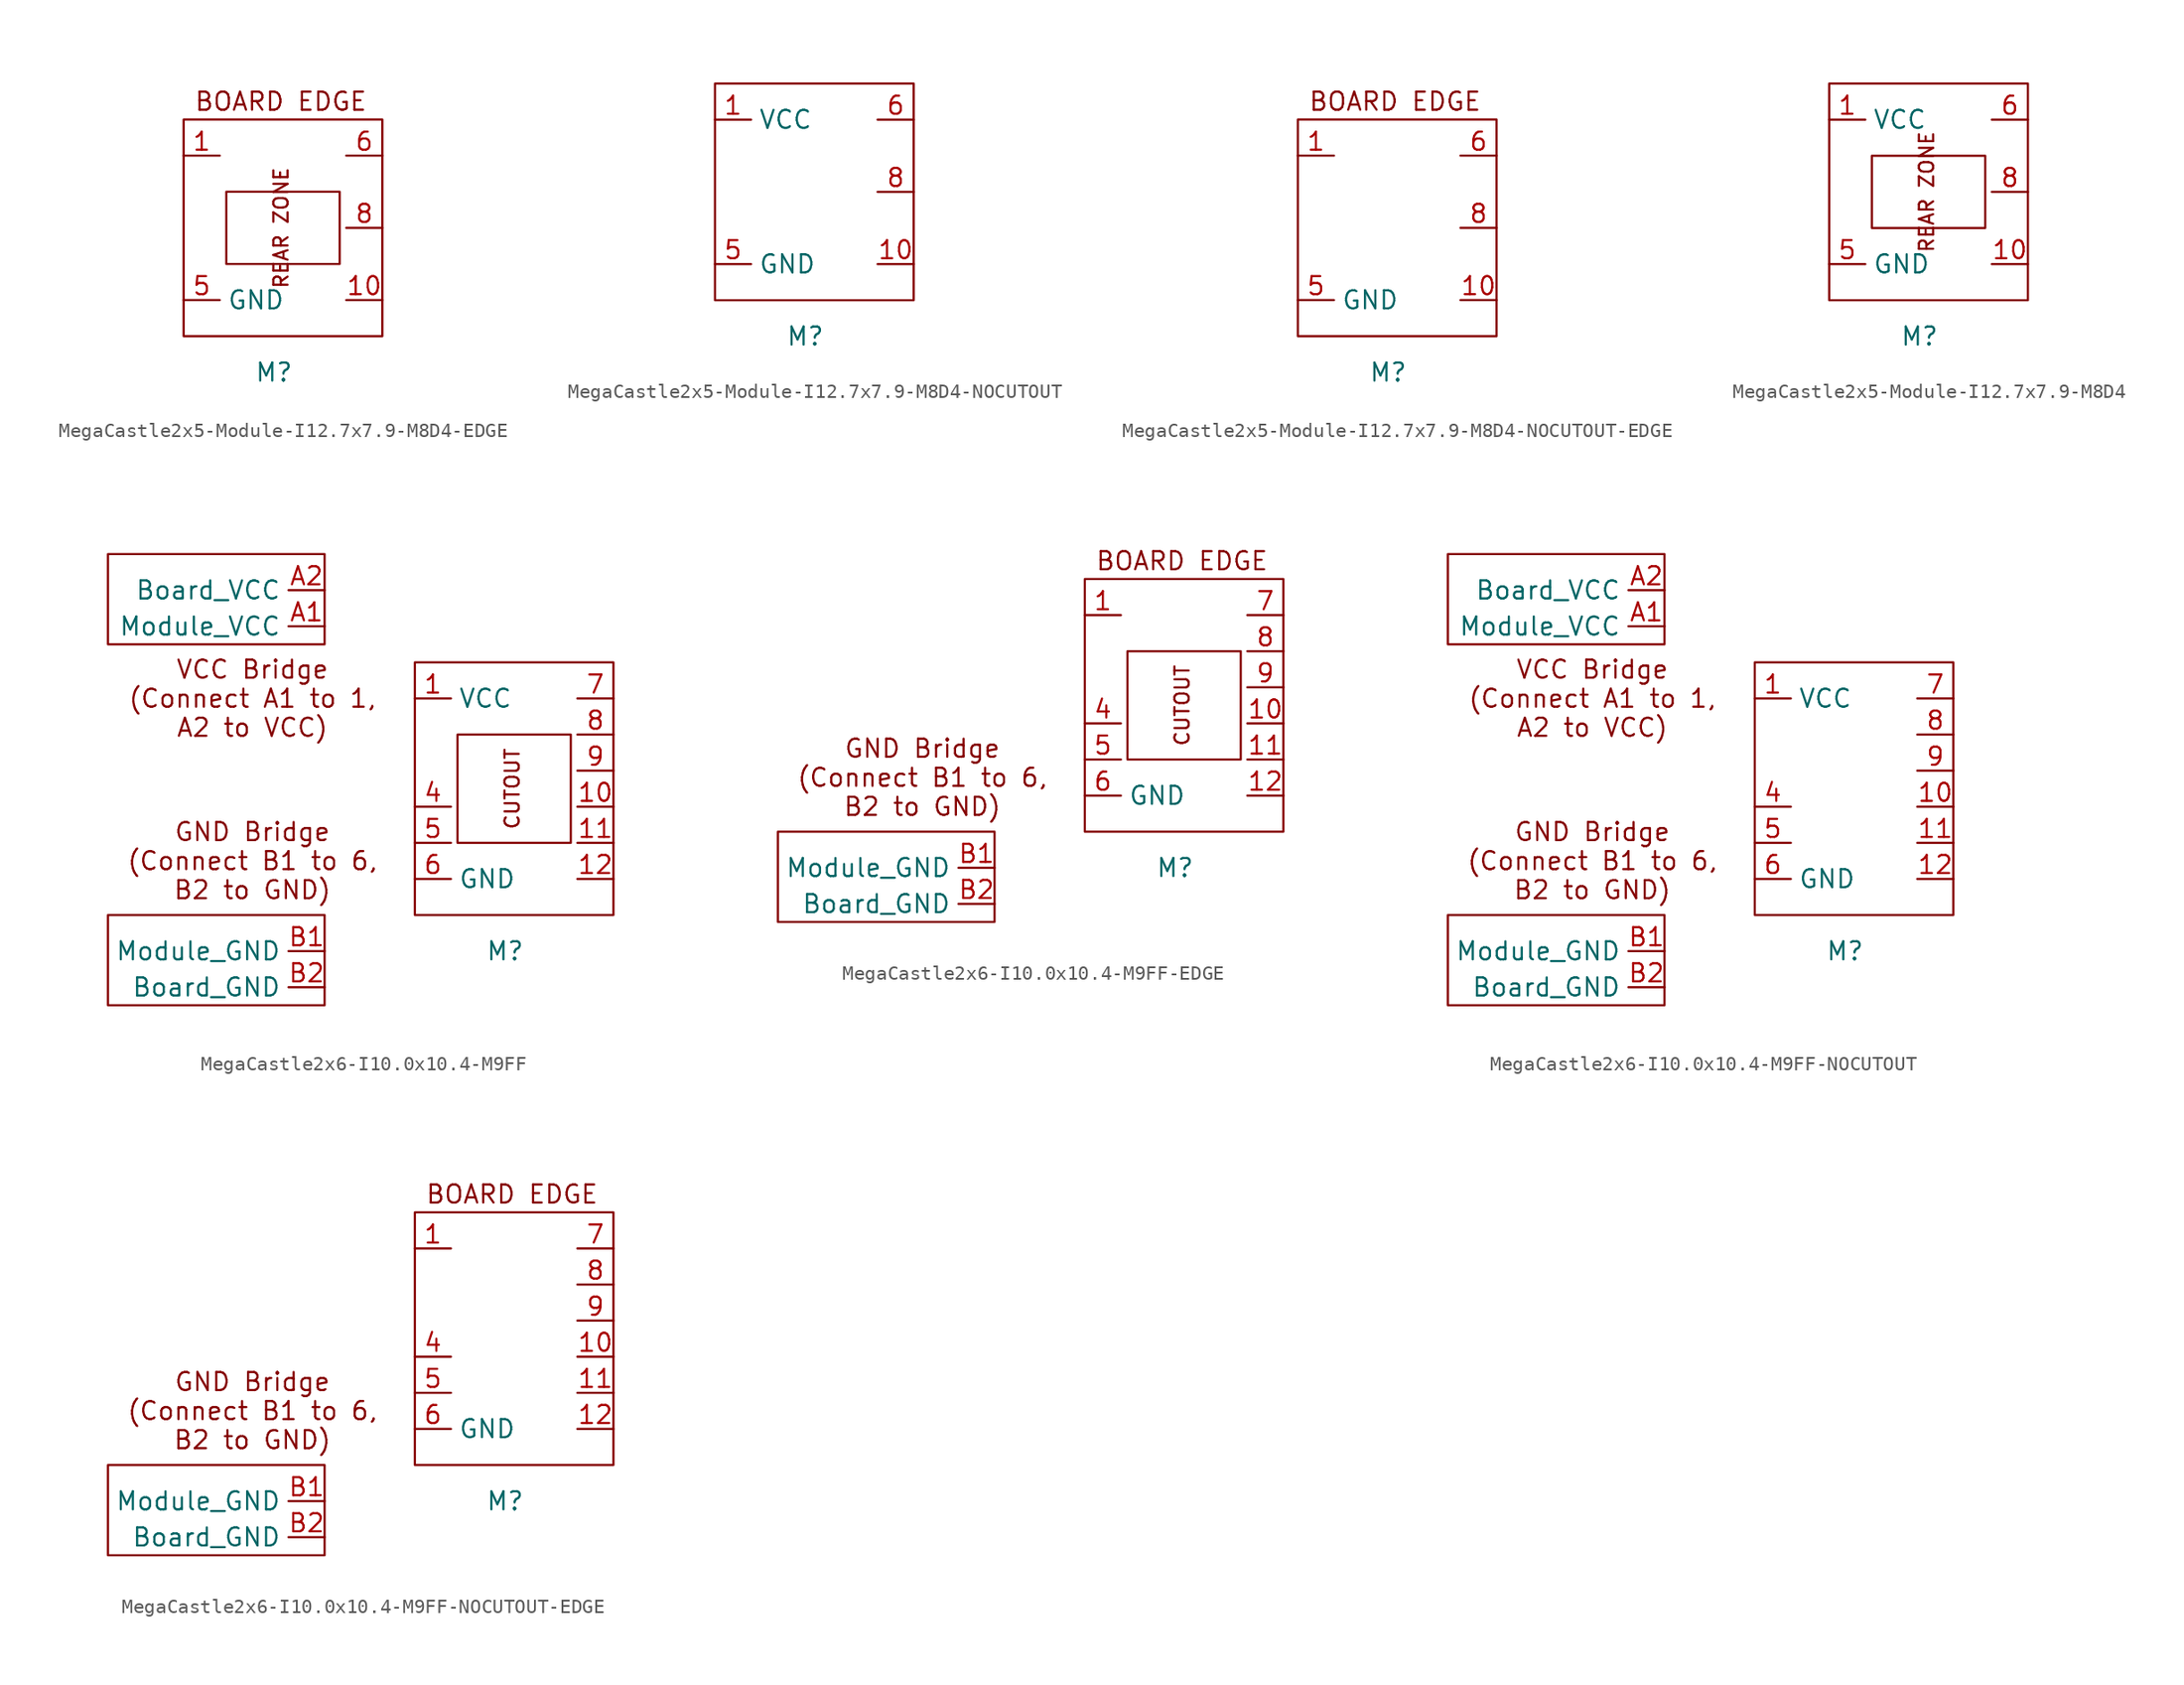
<source format=kicad_sym>
(kicad_symbol_lib
  (version 20231120)
  (generator "kicad_symbol_editor")
  (generator_version "8.0")
  (symbol "MegaCastle2x5-Module-I12.7x7.9-M8D4-EDGE"
    (property "Reference" "M"
      (at 0 -10.16 0)
      (effects (font (size 1.27 1.27))))
    (property "Value" ""
      (at 0 5.08 0)
      (effects (font (size 1.27 1.27))))
    (symbol "MegaCastle2x5-Module-I12.7x7.9-M8D4-EDGE_0_1"
      (rectangle (start -6.35 7.62) (end 7.62 -7.62) (stroke (width 0) (type default)) (fill (type none)))
      (rectangle (start -3.35 2.54) (end 4.62 -2.54) (stroke (width 0) (type default)) (fill (type none))))
    (symbol "MegaCastle2x5-Module-I12.7x7.9-M8D4-EDGE_1_1"
      (text " BOARD EDGE" (at 0 8.89 0) (effects (font (size 1.27 1.27))))
      (text "REAR ZONE" (at 0.5 0 900) (effects (font (size 1 1))))
      (pin bidirectional line (at -6.35 5.08 0) (length 2.54) (name "" (effects (font (size 1.27 1.27)))) (number "1" (effects (font (size 1.27 1.27)))))
      (pin bidirectional line (at 7.62 -5.08 180) (length 2.54) (name "" (effects (font (size 1.27 1.27)))) (number "10" (effects (font (size 1.27 1.27)))))
      (pin bidirectional line (at -6.35 -5.08 0) (length 2.54) (name "GND" (effects (font (size 1.27 1.27)))) (number "5" (effects (font (size 1.27 1.27)))))
      (pin bidirectional line (at 7.62 5.08 180) (length 2.54) (name "" (effects (font (size 1.27 1.27)))) (number "6" (effects (font (size 1.27 1.27)))))
      (pin bidirectional line (at 7.62 0 180) (length 2.54) (name "" (effects (font (size 1.27 1.27)))) (number "8" (effects (font (size 1.27 1.27)))))))
  (symbol "MegaCastle2x5-Module-I12.7x7.9-M8D4-NOCUTOUT"
    (property "Reference" "M"
      (at 0 -10.16 0)
      (effects (font (size 1.27 1.27))))
    (property "Value" ""
      (at 0 5.08 0)
      (effects (font (size 1.27 1.27))))
    (symbol "MegaCastle2x5-Module-I12.7x7.9-M8D4-NOCUTOUT_0_1"
      (rectangle (start -6.35 7.62) (end 7.62 -7.62) (stroke (width 0) (type default)) (fill (type none))))
    (symbol "MegaCastle2x5-Module-I12.7x7.9-M8D4-NOCUTOUT_1_1"
      (pin bidirectional line (at -6.35 5.08 0) (length 2.54) (name "VCC" (effects (font (size 1.27 1.27)))) (number "1" (effects (font (size 1.27 1.27)))))
      (pin bidirectional line (at 7.62 -5.08 180) (length 2.54) (name "" (effects (font (size 1.27 1.27)))) (number "10" (effects (font (size 1.27 1.27)))))
      (pin bidirectional line (at -6.35 -5.08 0) (length 2.54) (name "GND" (effects (font (size 1.27 1.27)))) (number "5" (effects (font (size 1.27 1.27)))))
      (pin bidirectional line (at 7.62 5.08 180) (length 2.54) (name "" (effects (font (size 1.27 1.27)))) (number "6" (effects (font (size 1.27 1.27)))))
      (pin bidirectional line (at 7.62 0 180) (length 2.54) (name "" (effects (font (size 1.27 1.27)))) (number "8" (effects (font (size 1.27 1.27)))))))
  (symbol "MegaCastle2x5-Module-I12.7x7.9-M8D4-NOCUTOUT-EDGE"
    (property "Reference" "M"
      (at 0 -10.16 0)
      (effects (font (size 1.27 1.27))))
    (property "Value" ""
      (at 0 5.08 0)
      (effects (font (size 1.27 1.27))))
    (symbol "MegaCastle2x5-Module-I12.7x7.9-M8D4-NOCUTOUT-EDGE_0_1"
      (rectangle (start -6.35 7.62) (end 7.62 -7.62) (stroke (width 0) (type default)) (fill (type none))))
    (symbol "MegaCastle2x5-Module-I12.7x7.9-M8D4-NOCUTOUT-EDGE_1_1"
      (text " BOARD EDGE" (at 0 8.89 0) (effects (font (size 1.27 1.27))))
      (pin bidirectional line (at -6.35 5.08 0) (length 2.54) (name "" (effects (font (size 1.27 1.27)))) (number "1" (effects (font (size 1.27 1.27)))))
      (pin bidirectional line (at 7.62 -5.08 180) (length 2.54) (name "" (effects (font (size 1.27 1.27)))) (number "10" (effects (font (size 1.27 1.27)))))
      (pin bidirectional line (at -6.35 -5.08 0) (length 2.54) (name "GND" (effects (font (size 1.27 1.27)))) (number "5" (effects (font (size 1.27 1.27)))))
      (pin bidirectional line (at 7.62 5.08 180) (length 2.54) (name "" (effects (font (size 1.27 1.27)))) (number "6" (effects (font (size 1.27 1.27)))))
      (pin bidirectional line (at 7.62 0 180) (length 2.54) (name "" (effects (font (size 1.27 1.27)))) (number "8" (effects (font (size 1.27 1.27)))))))
  (symbol "MegaCastle2x5-Module-I12.7x7.9-M8D4"
    (property "Reference" "M"
      (at 0 -10.16 0)
      (effects (font (size 1.27 1.27))))
    (property "Value" ""
      (at 0 5.08 0)
      (effects (font (size 1.27 1.27))))
    (symbol "MegaCastle2x5-Module-I12.7x7.9-M8D4_0_1"
      (rectangle (start -6.35 7.62) (end 7.62 -7.62) (stroke (width 0) (type default)) (fill (type none)))
      (rectangle (start -3.35 2.54) (end 4.62 -2.54) (stroke (width 0) (type default)) (fill (type none))))
    (symbol "MegaCastle2x5-Module-I12.7x7.9-M8D4_1_1"
      (text "REAR ZONE" (at 0.5 0 900) (effects (font (size 1 1))))
      (pin bidirectional line (at -6.35 5.08 0) (length 2.54) (name "VCC" (effects (font (size 1.27 1.27)))) (number "1" (effects (font (size 1.27 1.27)))))
      (pin bidirectional line (at 7.62 -5.08 180) (length 2.54) (name "" (effects (font (size 1.27 1.27)))) (number "10" (effects (font (size 1.27 1.27)))))
      (pin bidirectional line (at -6.35 -5.08 0) (length 2.54) (name "GND" (effects (font (size 1.27 1.27)))) (number "5" (effects (font (size 1.27 1.27)))))
      (pin bidirectional line (at 7.62 5.08 180) (length 2.54) (name "" (effects (font (size 1.27 1.27)))) (number "6" (effects (font (size 1.27 1.27)))))
      (pin bidirectional line (at 7.62 0 180) (length 2.54) (name "" (effects (font (size 1.27 1.27)))) (number "8" (effects (font (size 1.27 1.27)))))))
  (symbol "MegaCastle2x6-I10.0x10.4-M9FF"
    (property "Reference" "M"
      (at 0 -11.43 0)
      (effects (font (size 1.27 1.27))))
    (property "Value" ""
      (at 0 5.08 0)
      (effects (font (size 1.27 1.27))))
    (symbol "MegaCastle2x6-I10.0x10.4-M9FF_0_1"
      (rectangle (start -27.94 -8.89) (end -12.7 -15.24) (stroke (width 0) (type default)) (fill (type none)))
      (rectangle (start -27.94 16.51) (end -12.7 10.16) (stroke (width 0) (type default)) (fill (type none)))
      (rectangle (start -6.35 8.89) (end 7.62 -8.89) (stroke (width 0) (type default)) (fill (type none)))
      (rectangle (start -3.35 3.81) (end 4.62 -3.81) (stroke (width 0) (type default)) (fill (type none))))
    (symbol "MegaCastle2x6-I10.0x10.4-M9FF_1_1"
      (text "CUTOUT" (at 0.5 0 900) (effects (font (size 1 1))))
      (text "GND Bridge\n(Connect B1 to 6,\nB2 to GND)" (at -17.78 -5.08 0) (effects (font (size 1.27 1.27))))
      (text "VCC Bridge\n(Connect A1 to 1,\nA2 to VCC)" (at -17.78 6.35 0) (effects (font (size 1.27 1.27))))
      (pin bidirectional line (at -6.35 6.35 0) (length 2.54) (name "VCC" (effects (font (size 1.27 1.27)))) (number "1" (effects (font (size 1.27 1.27)))))
      (pin bidirectional line (at 7.62 -1.27 180) (length 2.54) (name "" (effects (font (size 1.27 1.27)))) (number "10" (effects (font (size 1.27 1.27)))))
      (pin bidirectional line (at 7.62 -3.81 180) (length 2.54) (name "" (effects (font (size 1.27 1.27)))) (number "11" (effects (font (size 1.27 1.27)))))
      (pin bidirectional line (at 7.62 -6.35 180) (length 2.54) (name "" (effects (font (size 1.27 1.27)))) (number "12" (effects (font (size 1.27 1.27)))))
      (pin bidirectional line (at -6.35 -1.27 0) (length 2.54) (name "" (effects (font (size 1.27 1.27)))) (number "4" (effects (font (size 1.27 1.27)))))
      (pin bidirectional line (at -6.35 -3.81 0) (length 2.54) (name "" (effects (font (size 1.27 1.27)))) (number "5" (effects (font (size 1.27 1.27)))))
      (pin bidirectional line (at -6.35 -6.35 0) (length 2.54) (name "GND" (effects (font (size 1.27 1.27)))) (number "6" (effects (font (size 1.27 1.27)))))
      (pin bidirectional line (at 7.62 6.35 180) (length 2.54) (name "" (effects (font (size 1.27 1.27)))) (number "7" (effects (font (size 1.27 1.27)))))
      (pin bidirectional line (at 7.62 3.81 180) (length 2.54) (name "" (effects (font (size 1.27 1.27)))) (number "8" (effects (font (size 1.27 1.27)))))
      (pin bidirectional line (at 7.62 1.27 180) (length 2.54) (name "" (effects (font (size 1.27 1.27)))) (number "9" (effects (font (size 1.27 1.27)))))
      (pin bidirectional line (at -12.7 11.43 180) (length 2.54) (name "Module_VCC" (effects (font (size 1.27 1.27)))) (number "A1" (effects (font (size 1.27 1.27)))))
      (pin bidirectional line (at -12.7 13.97 180) (length 2.54) (name "Board_VCC" (effects (font (size 1.27 1.27)))) (number "A2" (effects (font (size 1.27 1.27)))))
      (pin bidirectional line (at -12.7 -11.43 180) (length 2.54) (name "Module_GND" (effects (font (size 1.27 1.27)))) (number "B1" (effects (font (size 1.27 1.27)))))
      (pin bidirectional line (at -12.7 -13.97 180) (length 2.54) (name "Board_GND" (effects (font (size 1.27 1.27)))) (number "B2" (effects (font (size 1.27 1.27)))))))
  (symbol "MegaCastle2x6-I10.0x10.4-M9FF-EDGE"
    (property "Reference" "M"
      (at 0 -11.43 0)
      (effects (font (size 1.27 1.27))))
    (property "Value" ""
      (at 0 5.08 0)
      (effects (font (size 1.27 1.27))))
    (symbol "MegaCastle2x6-I10.0x10.4-M9FF-EDGE_0_1"
      (rectangle (start -27.94 -8.89) (end -12.7 -15.24) (stroke (width 0) (type default)) (fill (type none)))
      (rectangle (start -6.35 8.89) (end 7.62 -8.89) (stroke (width 0) (type default)) (fill (type none)))
      (rectangle (start -3.35 3.81) (end 4.62 -3.81) (stroke (width 0) (type default)) (fill (type none))))
    (symbol "MegaCastle2x6-I10.0x10.4-M9FF-EDGE_1_1"
      (text " BOARD EDGE" (at 0 10.16 0) (effects (font (size 1.27 1.27))))
      (text "CUTOUT" (at 0.5 0 900) (effects (font (size 1 1))))
      (text "GND Bridge\n(Connect B1 to 6,\nB2 to GND)" (at -17.78 -5.08 0) (effects (font (size 1.27 1.27))))
      (pin bidirectional line (at -6.35 6.35 0) (length 2.54) (name "" (effects (font (size 1.27 1.27)))) (number "1" (effects (font (size 1.27 1.27)))))
      (pin bidirectional line (at 7.62 -1.27 180) (length 2.54) (name "" (effects (font (size 1.27 1.27)))) (number "10" (effects (font (size 1.27 1.27)))))
      (pin bidirectional line (at 7.62 -3.81 180) (length 2.54) (name "" (effects (font (size 1.27 1.27)))) (number "11" (effects (font (size 1.27 1.27)))))
      (pin bidirectional line (at 7.62 -6.35 180) (length 2.54) (name "" (effects (font (size 1.27 1.27)))) (number "12" (effects (font (size 1.27 1.27)))))
      (pin bidirectional line (at -6.35 -1.27 0) (length 2.54) (name "" (effects (font (size 1.27 1.27)))) (number "4" (effects (font (size 1.27 1.27)))))
      (pin bidirectional line (at -6.35 -3.81 0) (length 2.54) (name "" (effects (font (size 1.27 1.27)))) (number "5" (effects (font (size 1.27 1.27)))))
      (pin bidirectional line (at -6.35 -6.35 0) (length 2.54) (name "GND" (effects (font (size 1.27 1.27)))) (number "6" (effects (font (size 1.27 1.27)))))
      (pin bidirectional line (at 7.62 6.35 180) (length 2.54) (name "" (effects (font (size 1.27 1.27)))) (number "7" (effects (font (size 1.27 1.27)))))
      (pin bidirectional line (at 7.62 3.81 180) (length 2.54) (name "" (effects (font (size 1.27 1.27)))) (number "8" (effects (font (size 1.27 1.27)))))
      (pin bidirectional line (at 7.62 1.27 180) (length 2.54) (name "" (effects (font (size 1.27 1.27)))) (number "9" (effects (font (size 1.27 1.27)))))
      (pin bidirectional line (at -12.7 -11.43 180) (length 2.54) (name "Module_GND" (effects (font (size 1.27 1.27)))) (number "B1" (effects (font (size 1.27 1.27)))))
      (pin bidirectional line (at -12.7 -13.97 180) (length 2.54) (name "Board_GND" (effects (font (size 1.27 1.27)))) (number "B2" (effects (font (size 1.27 1.27)))))))
  (symbol "MegaCastle2x6-I10.0x10.4-M9FF-NOCUTOUT"
    (property "Reference" "M"
      (at 0 -11.43 0)
      (effects (font (size 1.27 1.27))))
    (property "Value" ""
      (at 0 5.08 0)
      (effects (font (size 1.27 1.27))))
    (symbol "MegaCastle2x6-I10.0x10.4-M9FF-NOCUTOUT_0_1"
      (rectangle (start -27.94 -8.89) (end -12.7 -15.24) (stroke (width 0) (type default)) (fill (type none)))
      (rectangle (start -27.94 16.51) (end -12.7 10.16) (stroke (width 0) (type default)) (fill (type none)))
      (rectangle (start -6.35 8.89) (end 7.62 -8.89) (stroke (width 0) (type default)) (fill (type none))))
    (symbol "MegaCastle2x6-I10.0x10.4-M9FF-NOCUTOUT_1_1"
      (text "GND Bridge\n(Connect B1 to 6,\nB2 to GND)" (at -17.78 -5.08 0) (effects (font (size 1.27 1.27))))
      (text "VCC Bridge\n(Connect A1 to 1,\nA2 to VCC)" (at -17.78 6.35 0) (effects (font (size 1.27 1.27))))
      (pin bidirectional line (at -6.35 6.35 0) (length 2.54) (name "VCC" (effects (font (size 1.27 1.27)))) (number "1" (effects (font (size 1.27 1.27)))))
      (pin bidirectional line (at 7.62 -1.27 180) (length 2.54) (name "" (effects (font (size 1.27 1.27)))) (number "10" (effects (font (size 1.27 1.27)))))
      (pin bidirectional line (at 7.62 -3.81 180) (length 2.54) (name "" (effects (font (size 1.27 1.27)))) (number "11" (effects (font (size 1.27 1.27)))))
      (pin bidirectional line (at 7.62 -6.35 180) (length 2.54) (name "" (effects (font (size 1.27 1.27)))) (number "12" (effects (font (size 1.27 1.27)))))
      (pin bidirectional line (at -6.35 -1.27 0) (length 2.54) (name "" (effects (font (size 1.27 1.27)))) (number "4" (effects (font (size 1.27 1.27)))))
      (pin bidirectional line (at -6.35 -3.81 0) (length 2.54) (name "" (effects (font (size 1.27 1.27)))) (number "5" (effects (font (size 1.27 1.27)))))
      (pin bidirectional line (at -6.35 -6.35 0) (length 2.54) (name "GND" (effects (font (size 1.27 1.27)))) (number "6" (effects (font (size 1.27 1.27)))))
      (pin bidirectional line (at 7.62 6.35 180) (length 2.54) (name "" (effects (font (size 1.27 1.27)))) (number "7" (effects (font (size 1.27 1.27)))))
      (pin bidirectional line (at 7.62 3.81 180) (length 2.54) (name "" (effects (font (size 1.27 1.27)))) (number "8" (effects (font (size 1.27 1.27)))))
      (pin bidirectional line (at 7.62 1.27 180) (length 2.54) (name "" (effects (font (size 1.27 1.27)))) (number "9" (effects (font (size 1.27 1.27)))))
      (pin bidirectional line (at -12.7 11.43 180) (length 2.54) (name "Module_VCC" (effects (font (size 1.27 1.27)))) (number "A1" (effects (font (size 1.27 1.27)))))
      (pin bidirectional line (at -12.7 13.97 180) (length 2.54) (name "Board_VCC" (effects (font (size 1.27 1.27)))) (number "A2" (effects (font (size 1.27 1.27)))))
      (pin bidirectional line (at -12.7 -11.43 180) (length 2.54) (name "Module_GND" (effects (font (size 1.27 1.27)))) (number "B1" (effects (font (size 1.27 1.27)))))
      (pin bidirectional line (at -12.7 -13.97 180) (length 2.54) (name "Board_GND" (effects (font (size 1.27 1.27)))) (number "B2" (effects (font (size 1.27 1.27)))))))
  (symbol "MegaCastle2x6-I10.0x10.4-M9FF-NOCUTOUT-EDGE"
    (property "Reference" "M"
      (at 0 -11.43 0)
      (effects (font (size 1.27 1.27))))
    (property "Value" ""
      (at 0 5.08 0)
      (effects (font (size 1.27 1.27))))
    (symbol "MegaCastle2x6-I10.0x10.4-M9FF-NOCUTOUT-EDGE_0_1"
      (rectangle (start -27.94 -8.89) (end -12.7 -15.24) (stroke (width 0) (type default)) (fill (type none)))
      (rectangle (start -6.35 8.89) (end 7.62 -8.89) (stroke (width 0) (type default)) (fill (type none))))
    (symbol "MegaCastle2x6-I10.0x10.4-M9FF-NOCUTOUT-EDGE_1_1"
      (text " BOARD EDGE" (at 0 10.16 0) (effects (font (size 1.27 1.27))))
      (text "GND Bridge\n(Connect B1 to 6,\nB2 to GND)" (at -17.78 -5.08 0) (effects (font (size 1.27 1.27))))
      (pin bidirectional line (at -6.35 6.35 0) (length 2.54) (name "" (effects (font (size 1.27 1.27)))) (number "1" (effects (font (size 1.27 1.27)))))
      (pin bidirectional line (at 7.62 -1.27 180) (length 2.54) (name "" (effects (font (size 1.27 1.27)))) (number "10" (effects (font (size 1.27 1.27)))))
      (pin bidirectional line (at 7.62 -3.81 180) (length 2.54) (name "" (effects (font (size 1.27 1.27)))) (number "11" (effects (font (size 1.27 1.27)))))
      (pin bidirectional line (at 7.62 -6.35 180) (length 2.54) (name "" (effects (font (size 1.27 1.27)))) (number "12" (effects (font (size 1.27 1.27)))))
      (pin bidirectional line (at -6.35 -1.27 0) (length 2.54) (name "" (effects (font (size 1.27 1.27)))) (number "4" (effects (font (size 1.27 1.27)))))
      (pin bidirectional line (at -6.35 -3.81 0) (length 2.54) (name "" (effects (font (size 1.27 1.27)))) (number "5" (effects (font (size 1.27 1.27)))))
      (pin bidirectional line (at -6.35 -6.35 0) (length 2.54) (name "GND" (effects (font (size 1.27 1.27)))) (number "6" (effects (font (size 1.27 1.27)))))
      (pin bidirectional line (at 7.62 6.35 180) (length 2.54) (name "" (effects (font (size 1.27 1.27)))) (number "7" (effects (font (size 1.27 1.27)))))
      (pin bidirectional line (at 7.62 3.81 180) (length 2.54) (name "" (effects (font (size 1.27 1.27)))) (number "8" (effects (font (size 1.27 1.27)))))
      (pin bidirectional line (at 7.62 1.27 180) (length 2.54) (name "" (effects (font (size 1.27 1.27)))) (number "9" (effects (font (size 1.27 1.27)))))
      (pin bidirectional line (at -12.7 -11.43 180) (length 2.54) (name "Module_GND" (effects (font (size 1.27 1.27)))) (number "B1" (effects (font (size 1.27 1.27)))))
      (pin bidirectional line (at -12.7 -13.97 180) (length 2.54) (name "Board_GND" (effects (font (size 1.27 1.27)))) (number "B2" (effects (font (size 1.27 1.27))))))))
</source>
